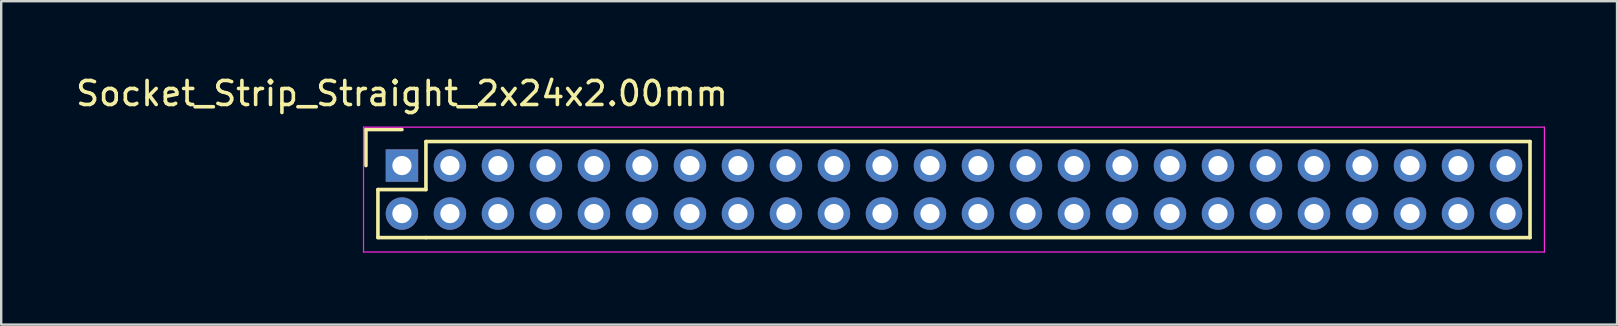
<source format=kicad_pcb>
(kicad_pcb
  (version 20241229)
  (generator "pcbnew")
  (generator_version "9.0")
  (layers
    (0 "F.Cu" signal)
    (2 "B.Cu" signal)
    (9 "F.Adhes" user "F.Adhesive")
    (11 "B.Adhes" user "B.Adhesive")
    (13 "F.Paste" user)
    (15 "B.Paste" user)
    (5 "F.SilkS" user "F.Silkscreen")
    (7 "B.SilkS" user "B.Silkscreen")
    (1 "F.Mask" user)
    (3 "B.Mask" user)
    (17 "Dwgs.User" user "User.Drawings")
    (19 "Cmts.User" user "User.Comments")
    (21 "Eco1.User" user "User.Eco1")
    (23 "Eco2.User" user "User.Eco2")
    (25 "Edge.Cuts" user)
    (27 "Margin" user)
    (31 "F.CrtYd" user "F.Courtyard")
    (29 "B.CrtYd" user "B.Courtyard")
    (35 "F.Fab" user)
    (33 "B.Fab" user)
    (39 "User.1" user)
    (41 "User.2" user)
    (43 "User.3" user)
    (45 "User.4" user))
  (footprint "Socket_Strip_Straight_2x24x2.00mm"
    (layer "F.Cu")
    (at 13.696 3.848)
    (property "Reference" "Socket_Strip_Straight_2x24x2.00mm" (at 0 -3 0) (layer "F.SilkS") (effects (font (size 1 1) (thickness 0.15))))
    (attr through_hole)
    (fp_line (start -1.5 -1.5) (end -1.5 0) (stroke (width 0.15) (type solid)) (layer "F.SilkS"))
    (fp_line (start -1 1) (end -1 3) (stroke (width 0.15) (type solid)) (layer "F.SilkS"))
    (fp_line (start -1 3) (end 1 3) (stroke (width 0.15) (type solid)) (layer "F.SilkS"))
    (fp_line (start 0 -1.5) (end -1.5 -1.5) (stroke (width 0.15) (type solid)) (layer "F.SilkS"))
    (fp_line (start 1 -1) (end 1 1) (stroke (width 0.15) (type solid)) (layer "F.SilkS"))
    (fp_line (start 1 1) (end -1 1) (stroke (width 0.15) (type solid)) (layer "F.SilkS"))
    (fp_line (start 1 3) (end 47 3) (stroke (width 0.15) (type solid)) (layer "F.SilkS"))
    (fp_line (start 47 -1) (end 1 -1) (stroke (width 0.15) (type solid)) (layer "F.SilkS"))
    (fp_line (start 47 3) (end 47 -1) (stroke (width 0.15) (type solid)) (layer "F.SilkS"))
    (fp_line (start -1.6 -1.6) (end -1.6 3.6) (stroke (width 0.05) (type solid)) (layer "F.CrtYd"))
    (fp_line (start -1.6 3.6) (end 47.6 3.6) (stroke (width 0.05) (type solid)) (layer "F.CrtYd"))
    (fp_line (start 47.6 -1.6) (end -1.6 -1.6) (stroke (width 0.05) (type solid)) (layer "F.CrtYd"))
    (fp_line (start 47.6 3.6) (end 47.6 -1.6) (stroke (width 0.05) (type solid)) (layer "F.CrtYd"))
    (pad "1" thru_hole rect (at 0 0) (size 1.35 1.35) (drill 0.8) (layers "*.Cu" "*.Mask"))
    (pad "2" thru_hole circle (at 0 2) (size 1.35 1.35) (drill 0.8) (layers "*.Cu" "*.Mask"))
    (pad "3" thru_hole circle (at 2 0) (size 1.35 1.35) (drill 0.8) (layers "*.Cu" "*.Mask"))
    (pad "4" thru_hole circle (at 2 2) (size 1.35 1.35) (drill 0.8) (layers "*.Cu" "*.Mask"))
    (pad "5" thru_hole circle (at 4 0) (size 1.35 1.35) (drill 0.8) (layers "*.Cu" "*.Mask"))
    (pad "6" thru_hole circle (at 4 2) (size 1.35 1.35) (drill 0.8) (layers "*.Cu" "*.Mask"))
    (pad "7" thru_hole circle (at 6 0) (size 1.35 1.35) (drill 0.8) (layers "*.Cu" "*.Mask"))
    (pad "8" thru_hole circle (at 6 2) (size 1.35 1.35) (drill 0.8) (layers "*.Cu" "*.Mask"))
    (pad "9" thru_hole circle (at 8 0) (size 1.35 1.35) (drill 0.8) (layers "*.Cu" "*.Mask"))
    (pad "10" thru_hole circle (at 8 2) (size 1.35 1.35) (drill 0.8) (layers "*.Cu" "*.Mask"))
    (pad "11" thru_hole circle (at 10 0) (size 1.35 1.35) (drill 0.8) (layers "*.Cu" "*.Mask"))
    (pad "12" thru_hole circle (at 10 2) (size 1.35 1.35) (drill 0.8) (layers "*.Cu" "*.Mask"))
    (pad "13" thru_hole circle (at 12 0) (size 1.35 1.35) (drill 0.8) (layers "*.Cu" "*.Mask"))
    (pad "14" thru_hole circle (at 12 2) (size 1.35 1.35) (drill 0.8) (layers "*.Cu" "*.Mask"))
    (pad "15" thru_hole circle (at 14 0) (size 1.35 1.35) (drill 0.8) (layers "*.Cu" "*.Mask"))
    (pad "16" thru_hole circle (at 14 2) (size 1.35 1.35) (drill 0.8) (layers "*.Cu" "*.Mask"))
    (pad "17" thru_hole circle (at 16 0) (size 1.35 1.35) (drill 0.8) (layers "*.Cu" "*.Mask"))
    (pad "18" thru_hole circle (at 16 2) (size 1.35 1.35) (drill 0.8) (layers "*.Cu" "*.Mask"))
    (pad "19" thru_hole circle (at 18 0) (size 1.35 1.35) (drill 0.8) (layers "*.Cu" "*.Mask"))
    (pad "20" thru_hole circle (at 18 2) (size 1.35 1.35) (drill 0.8) (layers "*.Cu" "*.Mask"))
    (pad "21" thru_hole circle (at 20 0) (size 1.35 1.35) (drill 0.8) (layers "*.Cu" "*.Mask"))
    (pad "22" thru_hole circle (at 20 2) (size 1.35 1.35) (drill 0.8) (layers "*.Cu" "*.Mask"))
    (pad "23" thru_hole circle (at 22 0) (size 1.35 1.35) (drill 0.8) (layers "*.Cu" "*.Mask"))
    (pad "24" thru_hole circle (at 22 2) (size 1.35 1.35) (drill 0.8) (layers "*.Cu" "*.Mask"))
    (pad "25" thru_hole circle (at 24 0) (size 1.35 1.35) (drill 0.8) (layers "*.Cu" "*.Mask"))
    (pad "26" thru_hole circle (at 24 2) (size 1.35 1.35) (drill 0.8) (layers "*.Cu" "*.Mask"))
    (pad "27" thru_hole circle (at 26 0) (size 1.35 1.35) (drill 0.8) (layers "*.Cu" "*.Mask"))
    (pad "28" thru_hole circle (at 26 2) (size 1.35 1.35) (drill 0.8) (layers "*.Cu" "*.Mask"))
    (pad "29" thru_hole circle (at 28 0) (size 1.35 1.35) (drill 0.8) (layers "*.Cu" "*.Mask"))
    (pad "30" thru_hole circle (at 28 2) (size 1.35 1.35) (drill 0.8) (layers "*.Cu" "*.Mask"))
    (pad "31" thru_hole circle (at 30 0) (size 1.35 1.35) (drill 0.8) (layers "*.Cu" "*.Mask"))
    (pad "32" thru_hole circle (at 30 2) (size 1.35 1.35) (drill 0.8) (layers "*.Cu" "*.Mask"))
    (pad "33" thru_hole circle (at 32 0) (size 1.35 1.35) (drill 0.8) (layers "*.Cu" "*.Mask"))
    (pad "34" thru_hole circle (at 32 2) (size 1.35 1.35) (drill 0.8) (layers "*.Cu" "*.Mask"))
    (pad "35" thru_hole circle (at 34 0) (size 1.35 1.35) (drill 0.8) (layers "*.Cu" "*.Mask"))
    (pad "36" thru_hole circle (at 34 2) (size 1.35 1.35) (drill 0.8) (layers "*.Cu" "*.Mask"))
    (pad "37" thru_hole circle (at 36 0) (size 1.35 1.35) (drill 0.8) (layers "*.Cu" "*.Mask"))
    (pad "38" thru_hole circle (at 36 2) (size 1.35 1.35) (drill 0.8) (layers "*.Cu" "*.Mask"))
    (pad "39" thru_hole circle (at 38 0) (size 1.35 1.35) (drill 0.8) (layers "*.Cu" "*.Mask"))
    (pad "40" thru_hole circle (at 38 2) (size 1.35 1.35) (drill 0.8) (layers "*.Cu" "*.Mask"))
    (pad "41" thru_hole circle (at 40 0) (size 1.35 1.35) (drill 0.8) (layers "*.Cu" "*.Mask"))
    (pad "42" thru_hole circle (at 40 2) (size 1.35 1.35) (drill 0.8) (layers "*.Cu" "*.Mask"))
    (pad "43" thru_hole circle (at 42 0) (size 1.35 1.35) (drill 0.8) (layers "*.Cu" "*.Mask"))
    (pad "44" thru_hole circle (at 42 2) (size 1.35 1.35) (drill 0.8) (layers "*.Cu" "*.Mask"))
    (pad "45" thru_hole circle (at 44 0) (size 1.35 1.35) (drill 0.8) (layers "*.Cu" "*.Mask"))
    (pad "46" thru_hole circle (at 44 2) (size 1.35 1.35) (drill 0.8) (layers "*.Cu" "*.Mask"))
    (pad "47" thru_hole circle (at 46 0) (size 1.35 1.35) (drill 0.8) (layers "*.Cu" "*.Mask"))
    (pad "48" thru_hole circle (at 46 2) (size 1.35 1.35) (drill 0.8) (layers "*.Cu" "*.Mask")))
  (gr_rect
    (start -3 -3)
    (end 64.321 10.473)
    (stroke (width 0.1) (type default))
    (fill no)
    (layer "Edge.Cuts")))
</source>
